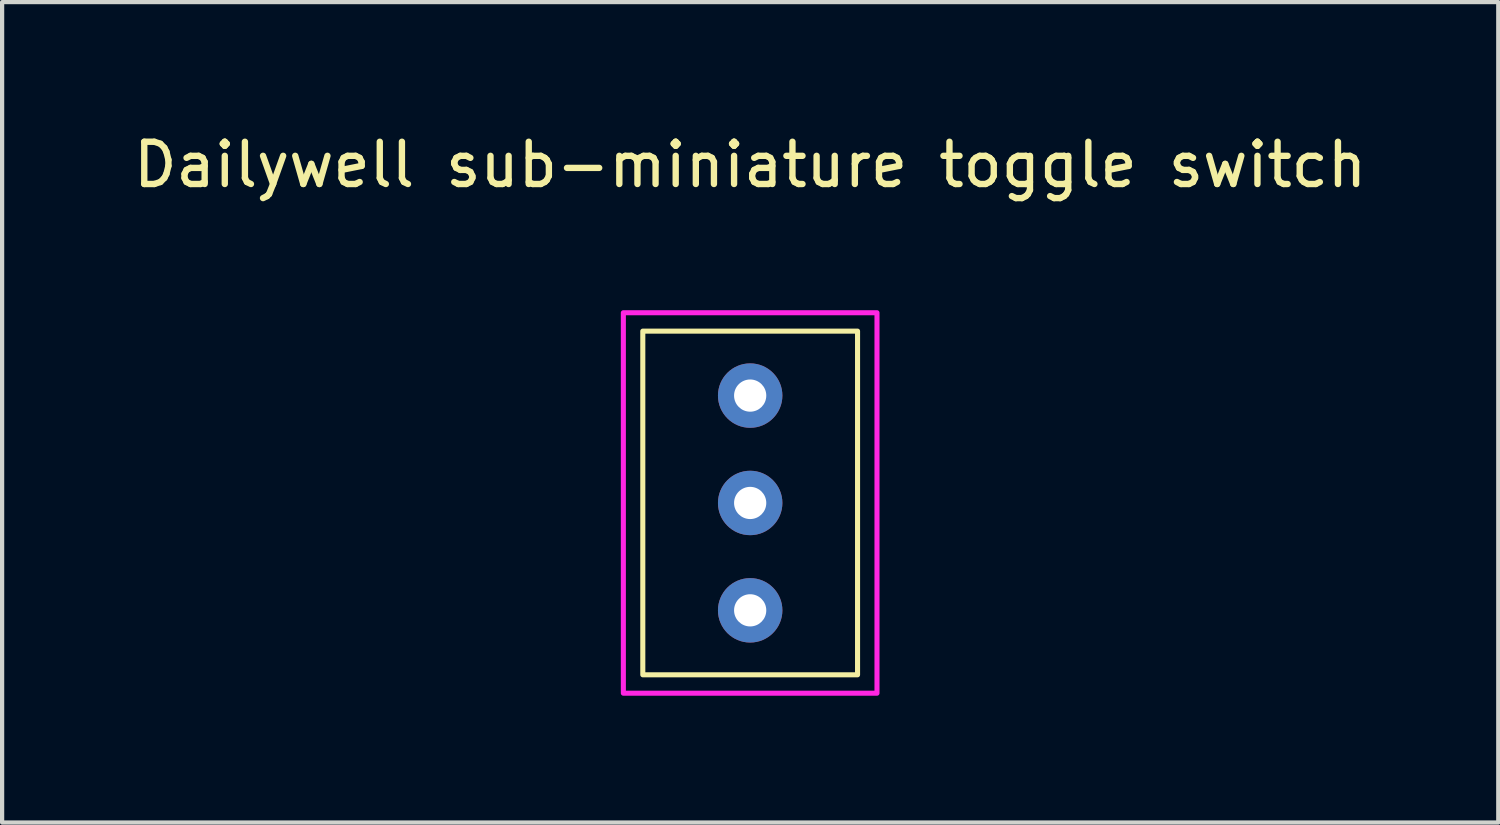
<source format=kicad_pcb>
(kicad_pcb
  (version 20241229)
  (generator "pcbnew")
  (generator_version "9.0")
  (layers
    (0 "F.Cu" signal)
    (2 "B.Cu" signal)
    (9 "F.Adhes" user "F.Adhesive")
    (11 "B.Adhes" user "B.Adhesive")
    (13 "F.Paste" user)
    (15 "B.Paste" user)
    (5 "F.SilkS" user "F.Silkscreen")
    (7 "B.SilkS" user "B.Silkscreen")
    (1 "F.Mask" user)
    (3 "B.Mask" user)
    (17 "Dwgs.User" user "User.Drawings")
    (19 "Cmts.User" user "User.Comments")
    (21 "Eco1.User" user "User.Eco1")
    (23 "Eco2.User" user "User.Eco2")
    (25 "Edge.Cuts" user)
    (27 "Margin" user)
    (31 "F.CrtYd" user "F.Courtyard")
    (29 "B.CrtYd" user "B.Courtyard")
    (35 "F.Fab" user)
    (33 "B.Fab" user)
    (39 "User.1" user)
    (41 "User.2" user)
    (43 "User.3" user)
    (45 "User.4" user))
  (footprint "Dailywell sub-miniature toggle switch"
    (layer "F.Cu")
    (at 14.696 8.848)
    (property "Reference" "Dailywell sub-miniature toggle switch" (at 0 -8 0) (unlocked yes) (layer "F.SilkS") (effects (font (size 1 1) (thickness 0.15))))
    (attr through_hole)
    (fp_rect (start -2.54 -4.065) (end 2.54 4.065) (stroke (width 0.12) (type solid)) (fill no) (layer "F.SilkS"))
    (fp_rect (start -3 4.5) (end 3 -4.5) (stroke (width 0.12) (type solid)) (fill no) (layer "F.CrtYd"))
    (pad "1" thru_hole circle (at 0 -2.54) (size 1.524 1.524) (drill 0.762) (layers "*.Cu" "*.Mask"))
    (pad "2" thru_hole circle (at 0 0) (size 1.524 1.524) (drill 0.762) (layers "*.Cu" "*.Mask"))
    (pad "3" thru_hole circle (at 0 2.54) (size 1.524 1.524) (drill 0.762) (layers "*.Cu" "*.Mask")))
  (gr_rect
    (start -3 -3)
    (end 32.393 16.408)
    (stroke (width 0.1) (type default))
    (fill no)
    (layer "Edge.Cuts")))
</source>
